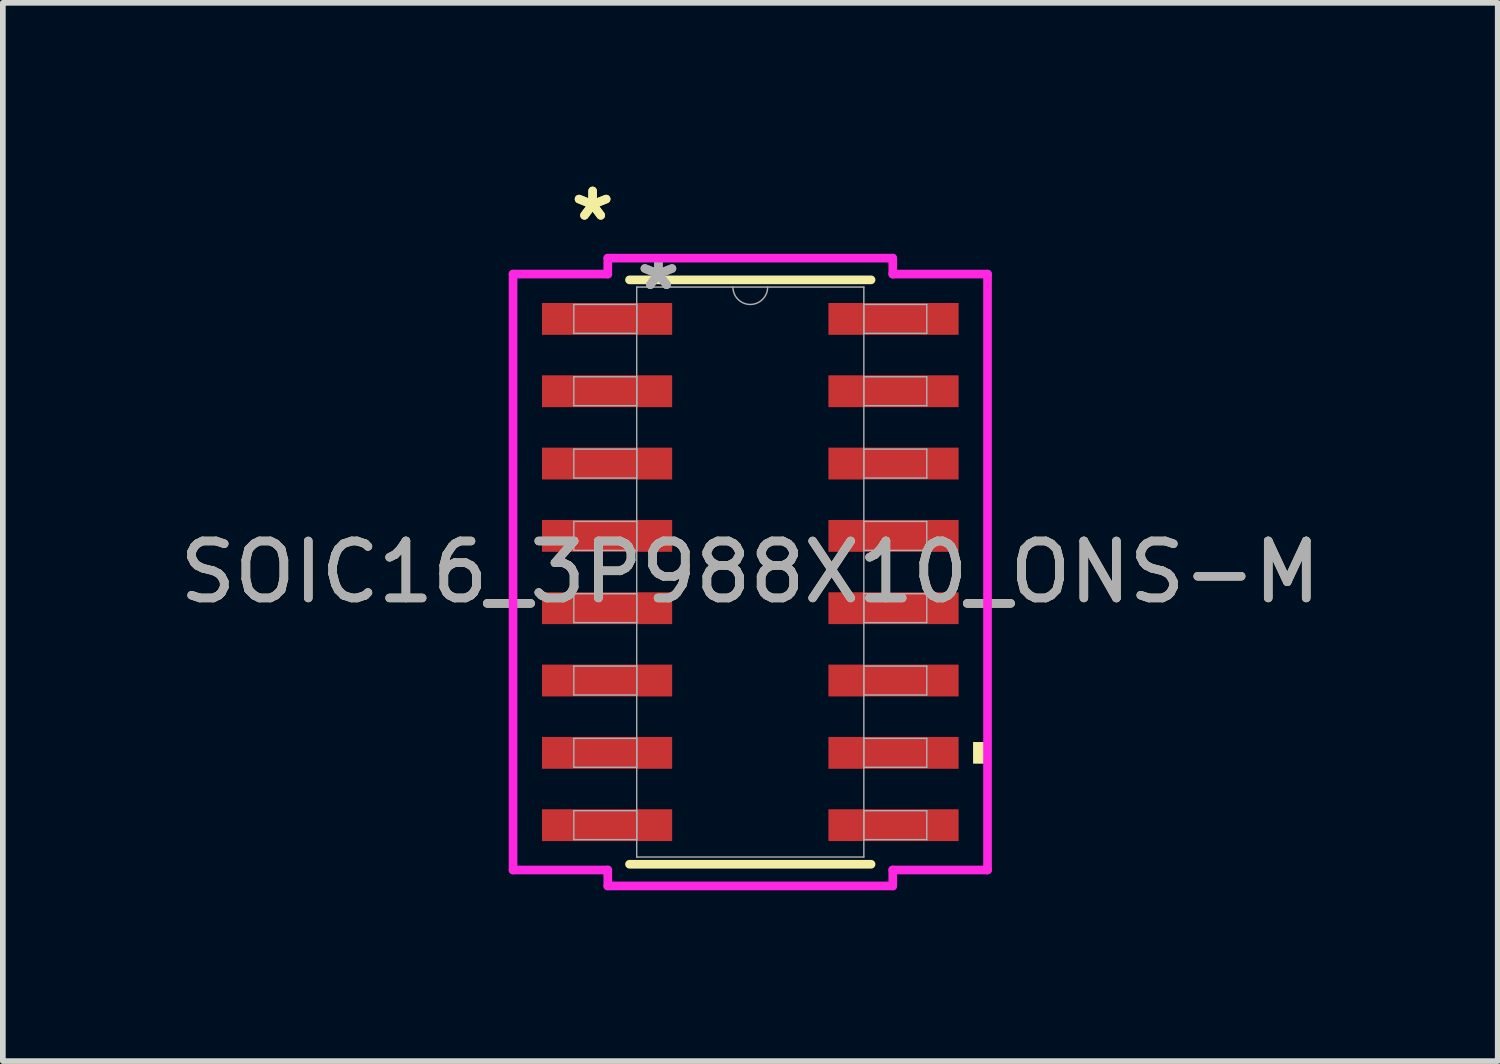
<source format=kicad_pcb>
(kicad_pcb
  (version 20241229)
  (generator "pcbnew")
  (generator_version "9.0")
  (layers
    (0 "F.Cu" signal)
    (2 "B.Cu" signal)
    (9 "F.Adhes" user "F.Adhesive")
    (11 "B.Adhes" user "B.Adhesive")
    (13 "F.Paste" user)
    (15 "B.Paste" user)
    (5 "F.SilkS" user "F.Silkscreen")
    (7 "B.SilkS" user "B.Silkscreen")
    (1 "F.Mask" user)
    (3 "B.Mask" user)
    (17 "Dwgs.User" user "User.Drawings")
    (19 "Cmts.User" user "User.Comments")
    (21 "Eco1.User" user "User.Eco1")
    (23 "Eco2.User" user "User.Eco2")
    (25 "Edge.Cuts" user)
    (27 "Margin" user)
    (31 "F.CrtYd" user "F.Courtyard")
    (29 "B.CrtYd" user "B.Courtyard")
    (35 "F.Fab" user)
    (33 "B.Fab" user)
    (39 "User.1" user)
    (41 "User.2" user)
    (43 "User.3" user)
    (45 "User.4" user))
  (footprint "SOIC16_3P988X10_ONS-M"
    (layer "F.Cu")
    (at 10.125 6.995)
    (property "Reference" "SOIC16_3P988X10_ONS-M" (at 0 0 0) (unlocked yes) (layer "F.SilkS") (effects (font (size 1 1) (thickness 0.15))))
    (attr smd)
    (fp_line (start -2.121 5.131) (end 2.121 5.131) (stroke (width 0.152) (type solid)) (layer "F.SilkS"))
    (fp_line (start 2.121 -5.131) (end -2.121 -5.131) (stroke (width 0.152) (type solid)) (layer "F.SilkS"))
    (fp_poly (pts (xy 4.166 2.985) (xy 4.166 3.365) (xy 3.912 3.365) (xy 3.912 2.985)) (stroke (width 0) (type solid)) (fill yes) (layer "F.SilkS"))
    (fp_line (start -4.166 -5.232) (end -2.502 -5.232) (stroke (width 0.152) (type solid)) (layer "F.CrtYd"))
    (fp_line (start -4.166 5.232) (end -4.166 -5.232) (stroke (width 0.152) (type solid)) (layer "F.CrtYd"))
    (fp_line (start -4.166 5.232) (end -2.502 5.232) (stroke (width 0.152) (type solid)) (layer "F.CrtYd"))
    (fp_line (start -2.502 -5.512) (end 2.502 -5.512) (stroke (width 0.152) (type solid)) (layer "F.CrtYd"))
    (fp_line (start -2.502 -5.232) (end -2.502 -5.512) (stroke (width 0.152) (type solid)) (layer "F.CrtYd"))
    (fp_line (start -2.502 5.512) (end -2.502 5.232) (stroke (width 0.152) (type solid)) (layer "F.CrtYd"))
    (fp_line (start 2.502 -5.512) (end 2.502 -5.232) (stroke (width 0.152) (type solid)) (layer "F.CrtYd"))
    (fp_line (start 2.502 5.232) (end 2.502 5.512) (stroke (width 0.152) (type solid)) (layer "F.CrtYd"))
    (fp_line (start 2.502 5.512) (end -2.502 5.512) (stroke (width 0.152) (type solid)) (layer "F.CrtYd"))
    (fp_line (start 4.166 -5.232) (end 2.502 -5.232) (stroke (width 0.152) (type solid)) (layer "F.CrtYd"))
    (fp_line (start 4.166 -5.232) (end 4.166 5.232) (stroke (width 0.152) (type solid)) (layer "F.CrtYd"))
    (fp_line (start 4.166 5.232) (end 2.502 5.232) (stroke (width 0.152) (type solid)) (layer "F.CrtYd"))
    (fp_line (start -3.099 -4.699) (end -3.099 -4.191) (stroke (width 0.025) (type solid)) (layer "F.Fab"))
    (fp_line (start -3.099 -4.191) (end -1.994 -4.191) (stroke (width 0.025) (type solid)) (layer "F.Fab"))
    (fp_line (start -3.099 -3.429) (end -3.099 -2.921) (stroke (width 0.025) (type solid)) (layer "F.Fab"))
    (fp_line (start -3.099 -2.921) (end -1.994 -2.921) (stroke (width 0.025) (type solid)) (layer "F.Fab"))
    (fp_line (start -3.099 -2.159) (end -3.099 -1.651) (stroke (width 0.025) (type solid)) (layer "F.Fab"))
    (fp_line (start -3.099 -1.651) (end -1.994 -1.651) (stroke (width 0.025) (type solid)) (layer "F.Fab"))
    (fp_line (start -3.099 -0.889) (end -3.099 -0.381) (stroke (width 0.025) (type solid)) (layer "F.Fab"))
    (fp_line (start -3.099 -0.381) (end -1.994 -0.381) (stroke (width 0.025) (type solid)) (layer "F.Fab"))
    (fp_line (start -3.099 0.381) (end -3.099 0.889) (stroke (width 0.025) (type solid)) (layer "F.Fab"))
    (fp_line (start -3.099 0.889) (end -1.994 0.889) (stroke (width 0.025) (type solid)) (layer "F.Fab"))
    (fp_line (start -3.099 1.651) (end -3.099 2.159) (stroke (width 0.025) (type solid)) (layer "F.Fab"))
    (fp_line (start -3.099 2.159) (end -1.994 2.159) (stroke (width 0.025) (type solid)) (layer "F.Fab"))
    (fp_line (start -3.099 2.921) (end -3.099 3.429) (stroke (width 0.025) (type solid)) (layer "F.Fab"))
    (fp_line (start -3.099 3.429) (end -1.994 3.429) (stroke (width 0.025) (type solid)) (layer "F.Fab"))
    (fp_line (start -3.099 4.191) (end -3.099 4.699) (stroke (width 0.025) (type solid)) (layer "F.Fab"))
    (fp_line (start -3.099 4.699) (end -1.994 4.699) (stroke (width 0.025) (type solid)) (layer "F.Fab"))
    (fp_line (start -1.994 -5.004) (end -1.994 5.004) (stroke (width 0.025) (type solid)) (layer "F.Fab"))
    (fp_line (start -1.994 -4.699) (end -3.099 -4.699) (stroke (width 0.025) (type solid)) (layer "F.Fab"))
    (fp_line (start -1.994 -4.191) (end -1.994 -4.699) (stroke (width 0.025) (type solid)) (layer "F.Fab"))
    (fp_line (start -1.994 -3.429) (end -3.099 -3.429) (stroke (width 0.025) (type solid)) (layer "F.Fab"))
    (fp_line (start -1.994 -2.921) (end -1.994 -3.429) (stroke (width 0.025) (type solid)) (layer "F.Fab"))
    (fp_line (start -1.994 -2.159) (end -3.099 -2.159) (stroke (width 0.025) (type solid)) (layer "F.Fab"))
    (fp_line (start -1.994 -1.651) (end -1.994 -2.159) (stroke (width 0.025) (type solid)) (layer "F.Fab"))
    (fp_line (start -1.994 -0.889) (end -3.099 -0.889) (stroke (width 0.025) (type solid)) (layer "F.Fab"))
    (fp_line (start -1.994 -0.381) (end -1.994 -0.889) (stroke (width 0.025) (type solid)) (layer "F.Fab"))
    (fp_line (start -1.994 0.381) (end -3.099 0.381) (stroke (width 0.025) (type solid)) (layer "F.Fab"))
    (fp_line (start -1.994 0.889) (end -1.994 0.381) (stroke (width 0.025) (type solid)) (layer "F.Fab"))
    (fp_line (start -1.994 1.651) (end -3.099 1.651) (stroke (width 0.025) (type solid)) (layer "F.Fab"))
    (fp_line (start -1.994 2.159) (end -1.994 1.651) (stroke (width 0.025) (type solid)) (layer "F.Fab"))
    (fp_line (start -1.994 2.921) (end -3.099 2.921) (stroke (width 0.025) (type solid)) (layer "F.Fab"))
    (fp_line (start -1.994 3.429) (end -1.994 2.921) (stroke (width 0.025) (type solid)) (layer "F.Fab"))
    (fp_line (start -1.994 4.191) (end -3.099 4.191) (stroke (width 0.025) (type solid)) (layer "F.Fab"))
    (fp_line (start -1.994 4.699) (end -1.994 4.191) (stroke (width 0.025) (type solid)) (layer "F.Fab"))
    (fp_line (start -1.994 5.004) (end 1.994 5.004) (stroke (width 0.025) (type solid)) (layer "F.Fab"))
    (fp_line (start 1.994 -5.004) (end -1.994 -5.004) (stroke (width 0.025) (type solid)) (layer "F.Fab"))
    (fp_line (start 1.994 -4.699) (end 1.994 -4.191) (stroke (width 0.025) (type solid)) (layer "F.Fab"))
    (fp_line (start 1.994 -4.191) (end 3.099 -4.191) (stroke (width 0.025) (type solid)) (layer "F.Fab"))
    (fp_line (start 1.994 -3.429) (end 1.994 -2.921) (stroke (width 0.025) (type solid)) (layer "F.Fab"))
    (fp_line (start 1.994 -2.921) (end 3.099 -2.921) (stroke (width 0.025) (type solid)) (layer "F.Fab"))
    (fp_line (start 1.994 -2.159) (end 1.994 -1.651) (stroke (width 0.025) (type solid)) (layer "F.Fab"))
    (fp_line (start 1.994 -1.651) (end 3.099 -1.651) (stroke (width 0.025) (type solid)) (layer "F.Fab"))
    (fp_line (start 1.994 -0.889) (end 1.994 -0.381) (stroke (width 0.025) (type solid)) (layer "F.Fab"))
    (fp_line (start 1.994 -0.381) (end 3.099 -0.381) (stroke (width 0.025) (type solid)) (layer "F.Fab"))
    (fp_line (start 1.994 0.381) (end 1.994 0.889) (stroke (width 0.025) (type solid)) (layer "F.Fab"))
    (fp_line (start 1.994 0.889) (end 3.099 0.889) (stroke (width 0.025) (type solid)) (layer "F.Fab"))
    (fp_line (start 1.994 1.651) (end 1.994 2.159) (stroke (width 0.025) (type solid)) (layer "F.Fab"))
    (fp_line (start 1.994 2.159) (end 3.099 2.159) (stroke (width 0.025) (type solid)) (layer "F.Fab"))
    (fp_line (start 1.994 2.921) (end 1.994 3.429) (stroke (width 0.025) (type solid)) (layer "F.Fab"))
    (fp_line (start 1.994 3.429) (end 3.099 3.429) (stroke (width 0.025) (type solid)) (layer "F.Fab"))
    (fp_line (start 1.994 4.191) (end 1.994 4.699) (stroke (width 0.025) (type solid)) (layer "F.Fab"))
    (fp_line (start 1.994 4.699) (end 3.099 4.699) (stroke (width 0.025) (type solid)) (layer "F.Fab"))
    (fp_line (start 1.994 5.004) (end 1.994 -5.004) (stroke (width 0.025) (type solid)) (layer "F.Fab"))
    (fp_line (start 3.099 -4.699) (end 1.994 -4.699) (stroke (width 0.025) (type solid)) (layer "F.Fab"))
    (fp_line (start 3.099 -4.191) (end 3.099 -4.699) (stroke (width 0.025) (type solid)) (layer "F.Fab"))
    (fp_line (start 3.099 -3.429) (end 1.994 -3.429) (stroke (width 0.025) (type solid)) (layer "F.Fab"))
    (fp_line (start 3.099 -2.921) (end 3.099 -3.429) (stroke (width 0.025) (type solid)) (layer "F.Fab"))
    (fp_line (start 3.099 -2.159) (end 1.994 -2.159) (stroke (width 0.025) (type solid)) (layer "F.Fab"))
    (fp_line (start 3.099 -1.651) (end 3.099 -2.159) (stroke (width 0.025) (type solid)) (layer "F.Fab"))
    (fp_line (start 3.099 -0.889) (end 1.994 -0.889) (stroke (width 0.025) (type solid)) (layer "F.Fab"))
    (fp_line (start 3.099 -0.381) (end 3.099 -0.889) (stroke (width 0.025) (type solid)) (layer "F.Fab"))
    (fp_line (start 3.099 0.381) (end 1.994 0.381) (stroke (width 0.025) (type solid)) (layer "F.Fab"))
    (fp_line (start 3.099 0.889) (end 3.099 0.381) (stroke (width 0.025) (type solid)) (layer "F.Fab"))
    (fp_line (start 3.099 1.651) (end 1.994 1.651) (stroke (width 0.025) (type solid)) (layer "F.Fab"))
    (fp_line (start 3.099 2.159) (end 3.099 1.651) (stroke (width 0.025) (type solid)) (layer "F.Fab"))
    (fp_line (start 3.099 2.921) (end 1.994 2.921) (stroke (width 0.025) (type solid)) (layer "F.Fab"))
    (fp_line (start 3.099 3.429) (end 3.099 2.921) (stroke (width 0.025) (type solid)) (layer "F.Fab"))
    (fp_line (start 3.099 4.191) (end 1.994 4.191) (stroke (width 0.025) (type solid)) (layer "F.Fab"))
    (fp_line (start 3.099 4.699) (end 3.099 4.191) (stroke (width 0.025) (type solid)) (layer "F.Fab"))
    (fp_arc (start 0.3048 -5.0038) (mid 0 -4.699) (end -0.3048 -5.0038) (stroke (width 0.0254) (type solid)) (layer "F.Fab"))
    (fp_text user "*" (at -2.769 -6.147 0) (layer "F.SilkS") (effects (font (size 1 1) (thickness 0.15))))
    (fp_text user "*" (at -2.769 -6.147 0) (unlocked yes) (layer "F.SilkS") (effects (font (size 1 1) (thickness 0.15))))
    (fp_text user "*" (at -1.613 -4.928 0) (unlocked yes) (layer "F.Fab") (effects (font (size 1 1) (thickness 0.15))))
    (fp_text user "${REFERENCE}" (at 0 0 0) (unlocked yes) (layer "F.Fab") (effects (font (size 1 1) (thickness 0.15))))
    (fp_text user "*" (at -1.613 -4.928 0) (layer "F.Fab") (effects (font (size 1 1) (thickness 0.15))))
    (pad "1" smd rect (at -2.515 -4.445) (size 2.286 0.559) (layers "F.Cu" "F.Mask" "F.Paste"))
    (pad "2" smd rect (at -2.515 -3.175) (size 2.286 0.559) (layers "F.Cu" "F.Mask" "F.Paste"))
    (pad "3" smd rect (at -2.515 -1.905) (size 2.286 0.559) (layers "F.Cu" "F.Mask" "F.Paste"))
    (pad "4" smd rect (at -2.515 -0.635) (size 2.286 0.559) (layers "F.Cu" "F.Mask" "F.Paste"))
    (pad "5" smd rect (at -2.515 0.635) (size 2.286 0.559) (layers "F.Cu" "F.Mask" "F.Paste"))
    (pad "6" smd rect (at -2.515 1.905) (size 2.286 0.559) (layers "F.Cu" "F.Mask" "F.Paste"))
    (pad "7" smd rect (at -2.515 3.175) (size 2.286 0.559) (layers "F.Cu" "F.Mask" "F.Paste"))
    (pad "8" smd rect (at -2.515 4.445) (size 2.286 0.559) (layers "F.Cu" "F.Mask" "F.Paste"))
    (pad "9" smd rect (at 2.515 4.445) (size 2.286 0.559) (layers "F.Cu" "F.Mask" "F.Paste"))
    (pad "10" smd rect (at 2.515 3.175) (size 2.286 0.559) (layers "F.Cu" "F.Mask" "F.Paste"))
    (pad "11" smd rect (at 2.515 1.905) (size 2.286 0.559) (layers "F.Cu" "F.Mask" "F.Paste"))
    (pad "12" smd rect (at 2.515 0.635) (size 2.286 0.559) (layers "F.Cu" "F.Mask" "F.Paste"))
    (pad "13" smd rect (at 2.515 -0.635) (size 2.286 0.559) (layers "F.Cu" "F.Mask" "F.Paste"))
    (pad "14" smd rect (at 2.515 -1.905) (size 2.286 0.559) (layers "F.Cu" "F.Mask" "F.Paste"))
    (pad "15" smd rect (at 2.515 -3.175) (size 2.286 0.559) (layers "F.Cu" "F.Mask" "F.Paste"))
    (pad "16" smd rect (at 2.515 -4.445) (size 2.286 0.559) (layers "F.Cu" "F.Mask" "F.Paste")))
  (gr_rect
    (start -3 -3)
    (end 23.25 15.583)
    (stroke (width 0.1) (type default))
    (fill no)
    (layer "Edge.Cuts")))
</source>
